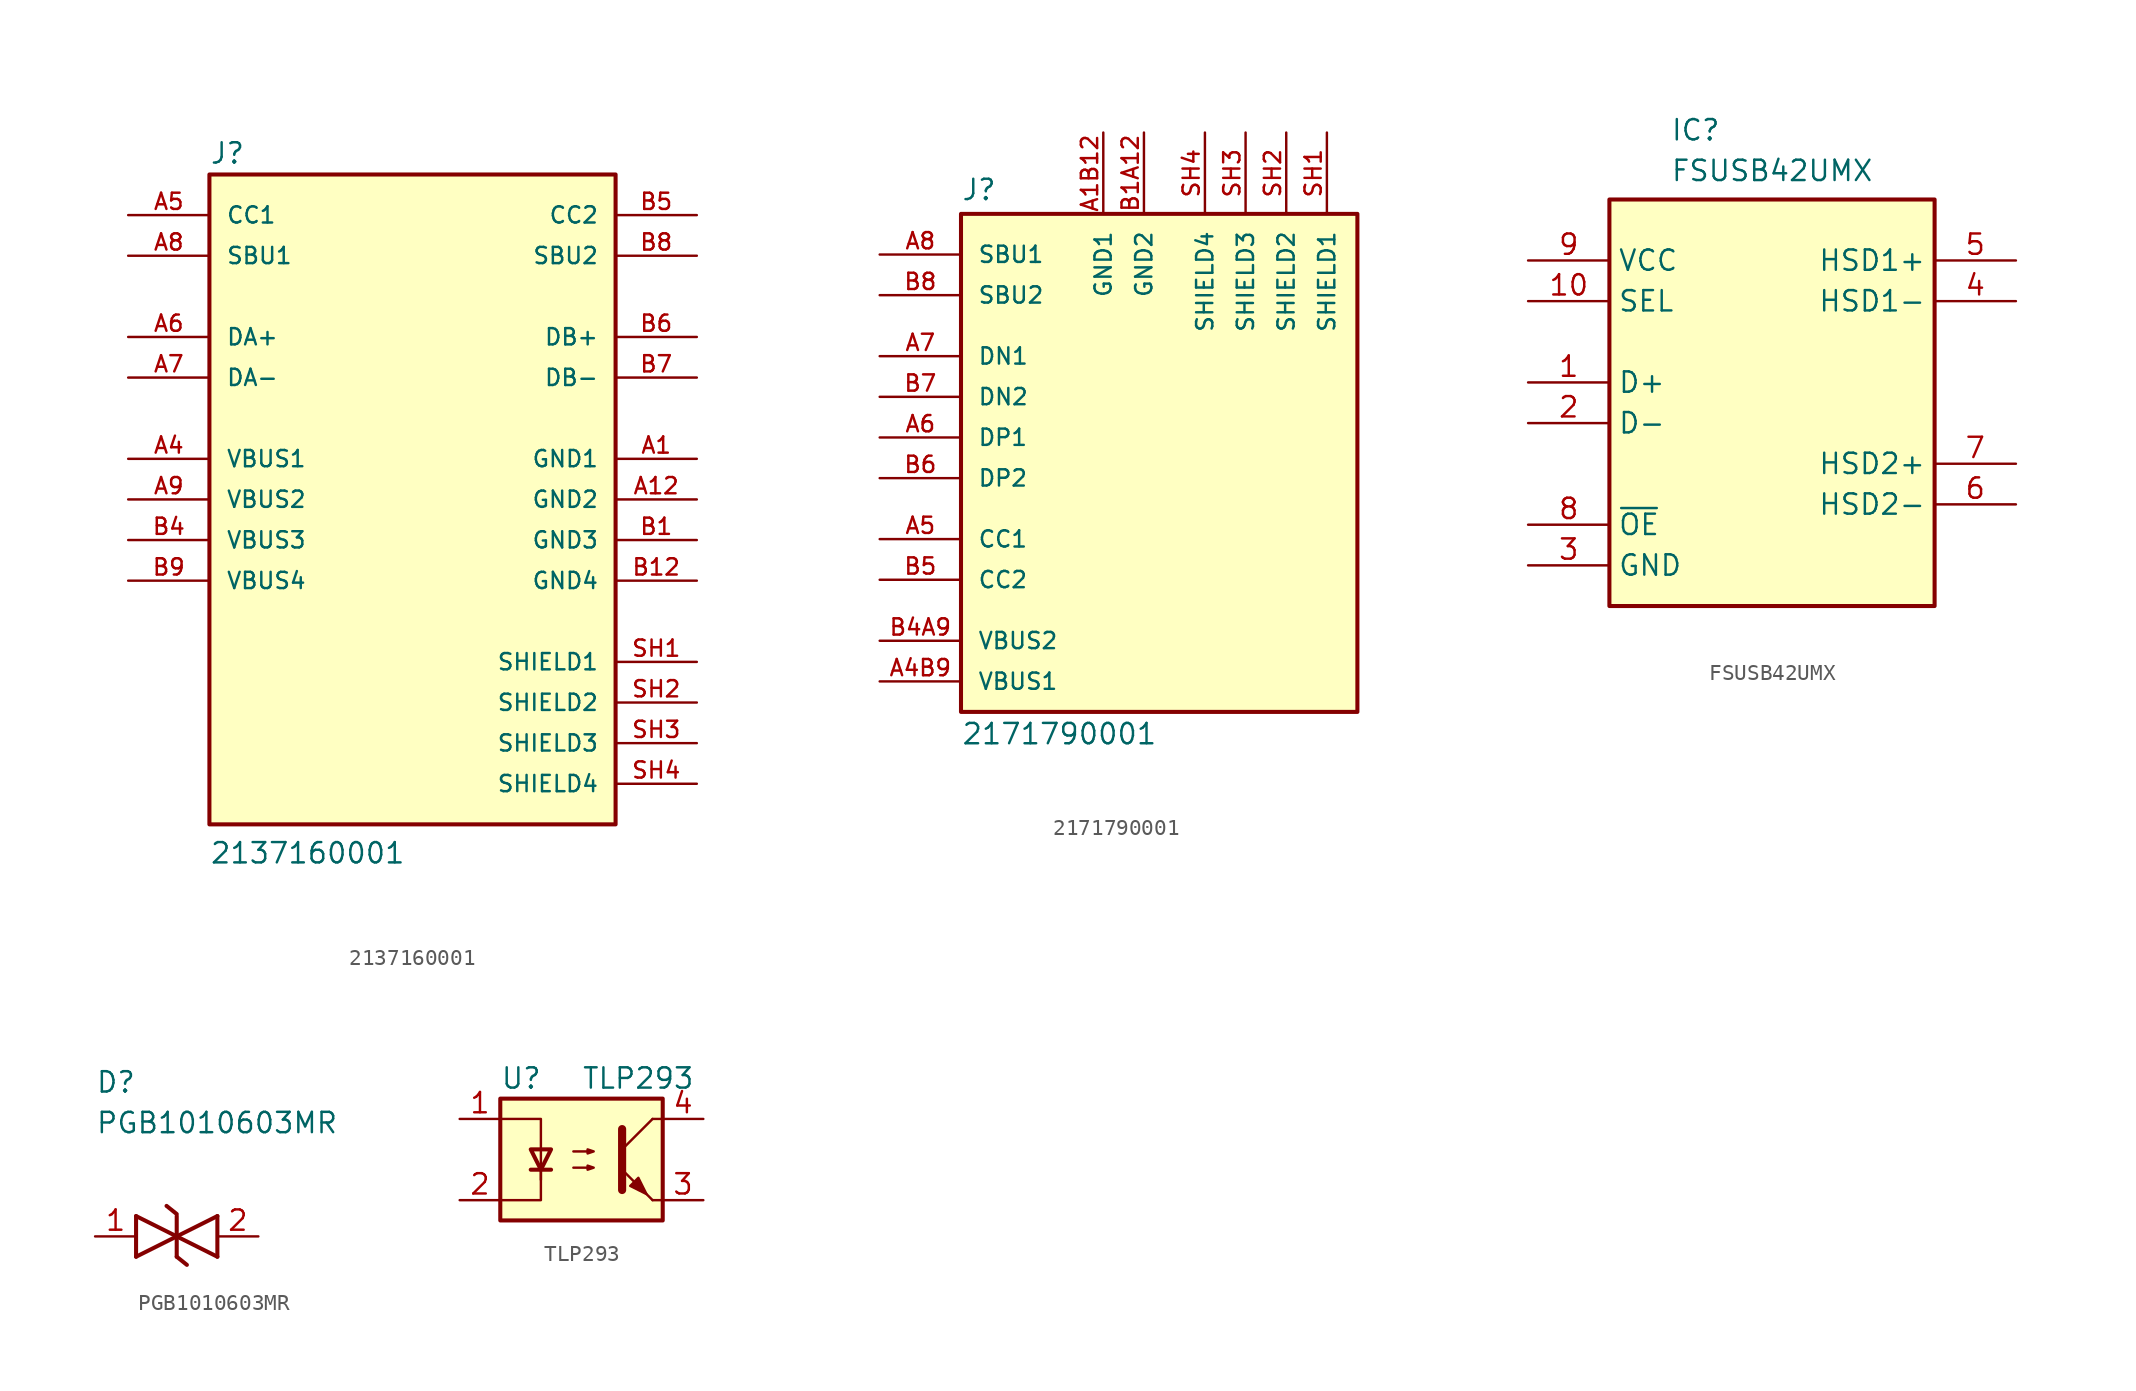
<source format=kicad_sym>
(kicad_symbol_lib
  (version 20220914)
  (generator kicad_symbol_editor)
  (symbol "2137160001"
    (pin_names
      (offset 1.016))
    (property "Reference" "J"
      (at -12.7 20.904 0)
      (effects (font (size 1.27 1.27)) (justify left bottom)))
    (property "Value" "2137160001"
      (at -12.7 -22.86 0)
      (effects (font (size 1.27 1.27)) (justify left bottom)))
    (symbol "2137160001_0_0"
      (rectangle (start -12.7 20.32) (end 12.7 -20.32) (stroke (width 0.254) (type default)) (fill (type background)))
      (pin power_in line (at 17.78 2.54 180) (length 5.08) (name "GND1" (effects (font (size 1.016 1.016)))) (number "A1" (effects (font (size 1.016 1.016)))))
      (pin power_in line (at 17.78 0 180) (length 5.08) (name "GND2" (effects (font (size 1.016 1.016)))) (number "A12" (effects (font (size 1.016 1.016)))))
      (pin power_in line (at -17.78 2.54 0) (length 5.08) (name "VBUS1" (effects (font (size 1.016 1.016)))) (number "A4" (effects (font (size 1.016 1.016)))))
      (pin bidirectional line (at -17.78 17.78 0) (length 5.08) (name "CC1" (effects (font (size 1.016 1.016)))) (number "A5" (effects (font (size 1.016 1.016)))))
      (pin bidirectional line (at -17.78 10.16 0) (length 5.08) (name "DA+" (effects (font (size 1.016 1.016)))) (number "A6" (effects (font (size 1.016 1.016)))))
      (pin bidirectional line (at -17.78 7.62 0) (length 5.08) (name "DA-" (effects (font (size 1.016 1.016)))) (number "A7" (effects (font (size 1.016 1.016)))))
      (pin bidirectional line (at -17.78 15.24 0) (length 5.08) (name "SBU1" (effects (font (size 1.016 1.016)))) (number "A8" (effects (font (size 1.016 1.016)))))
      (pin power_in line (at -17.78 0 0) (length 5.08) (name "VBUS2" (effects (font (size 1.016 1.016)))) (number "A9" (effects (font (size 1.016 1.016)))))
      (pin power_in line (at 17.78 -2.54 180) (length 5.08) (name "GND3" (effects (font (size 1.016 1.016)))) (number "B1" (effects (font (size 1.016 1.016)))))
      (pin power_in line (at 17.78 -5.08 180) (length 5.08) (name "GND4" (effects (font (size 1.016 1.016)))) (number "B12" (effects (font (size 1.016 1.016)))))
      (pin power_in line (at -17.78 -2.54 0) (length 5.08) (name "VBUS3" (effects (font (size 1.016 1.016)))) (number "B4" (effects (font (size 1.016 1.016)))))
      (pin bidirectional line (at 17.78 17.78 180) (length 5.08) (name "CC2" (effects (font (size 1.016 1.016)))) (number "B5" (effects (font (size 1.016 1.016)))))
      (pin bidirectional line (at 17.78 10.16 180) (length 5.08) (name "DB+" (effects (font (size 1.016 1.016)))) (number "B6" (effects (font (size 1.016 1.016)))))
      (pin bidirectional line (at 17.78 7.62 180) (length 5.08) (name "DB-" (effects (font (size 1.016 1.016)))) (number "B7" (effects (font (size 1.016 1.016)))))
      (pin bidirectional line (at 17.78 15.24 180) (length 5.08) (name "SBU2" (effects (font (size 1.016 1.016)))) (number "B8" (effects (font (size 1.016 1.016)))))
      (pin power_in line (at -17.78 -5.08 0) (length 5.08) (name "VBUS4" (effects (font (size 1.016 1.016)))) (number "B9" (effects (font (size 1.016 1.016)))))
      (pin passive line (at 17.78 -10.16 180) (length 5.08) (name "SHIELD1" (effects (font (size 1.016 1.016)))) (number "SH1" (effects (font (size 1.016 1.016)))))
      (pin passive line (at 17.78 -12.7 180) (length 5.08) (name "SHIELD2" (effects (font (size 1.016 1.016)))) (number "SH2" (effects (font (size 1.016 1.016)))))
      (pin passive line (at 17.78 -15.24 180) (length 5.08) (name "SHIELD3" (effects (font (size 1.016 1.016)))) (number "SH3" (effects (font (size 1.016 1.016)))))
      (pin passive line (at 17.78 -17.78 180) (length 5.08) (name "SHIELD4" (effects (font (size 1.016 1.016)))) (number "SH4" (effects (font (size 1.016 1.016)))))))
  (symbol "2171790001"
    (pin_names
      (offset 1.016))
    (property "Reference" "J"
      (at -12.7 16.002 0)
      (effects (font (size 1.27 1.27)) (justify left bottom)))
    (property "Value" "2171790001"
      (at -12.7 -16.51 0)
      (effects (font (size 1.27 1.27)) (justify left top)))
    (symbol "2171790001_0_0"
      (rectangle (start -12.7 15.24) (end 12.065 -15.875) (stroke (width 0.254) (type default)) (fill (type background)))
      (pin power_in line (at -3.81 20.32 270) (length 5.08) (name "GND1" (effects (font (size 1.016 1.016)))) (number "A1B12" (effects (font (size 1.016 1.016)))))
      (pin power_in line (at -17.78 -13.97 0) (length 5.08) (name "VBUS1" (effects (font (size 1.016 1.016)))) (number "A4B9" (effects (font (size 1.016 1.016)))))
      (pin bidirectional line (at -17.78 -5.08 0) (length 5.08) (name "CC1" (effects (font (size 1.016 1.016)))) (number "A5" (effects (font (size 1.016 1.016)))))
      (pin bidirectional line (at -17.78 1.27 0) (length 5.08) (name "DP1" (effects (font (size 1.016 1.016)))) (number "A6" (effects (font (size 1.016 1.016)))))
      (pin bidirectional line (at -17.78 6.35 0) (length 5.08) (name "DN1" (effects (font (size 1.016 1.016)))) (number "A7" (effects (font (size 1.016 1.016)))))
      (pin bidirectional line (at -17.78 12.7 0) (length 5.08) (name "SBU1" (effects (font (size 1.016 1.016)))) (number "A8" (effects (font (size 1.016 1.016)))))
      (pin power_in line (at -1.27 20.32 270) (length 5.08) (name "GND2" (effects (font (size 1.016 1.016)))) (number "B1A12" (effects (font (size 1.016 1.016)))))
      (pin power_in line (at -17.78 -11.43 0) (length 5.08) (name "VBUS2" (effects (font (size 1.016 1.016)))) (number "B4A9" (effects (font (size 1.016 1.016)))))
      (pin bidirectional line (at -17.78 -7.62 0) (length 5.08) (name "CC2" (effects (font (size 1.016 1.016)))) (number "B5" (effects (font (size 1.016 1.016)))))
      (pin bidirectional line (at -17.78 -1.27 0) (length 5.08) (name "DP2" (effects (font (size 1.016 1.016)))) (number "B6" (effects (font (size 1.016 1.016)))))
      (pin bidirectional line (at -17.78 3.81 0) (length 5.08) (name "DN2" (effects (font (size 1.016 1.016)))) (number "B7" (effects (font (size 1.016 1.016)))))
      (pin bidirectional line (at -17.78 10.16 0) (length 5.08) (name "SBU2" (effects (font (size 1.016 1.016)))) (number "B8" (effects (font (size 1.016 1.016)))))
      (pin passive line (at 10.16 20.32 270) (length 5.08) (name "SHIELD1" (effects (font (size 1.016 1.016)))) (number "SH1" (effects (font (size 1.016 1.016)))))
      (pin passive line (at 7.62 20.32 270) (length 5.08) (name "SHIELD2" (effects (font (size 1.016 1.016)))) (number "SH2" (effects (font (size 1.016 1.016)))))
      (pin passive line (at 5.08 20.32 270) (length 5.08) (name "SHIELD3" (effects (font (size 1.016 1.016)))) (number "SH3" (effects (font (size 1.016 1.016)))))
      (pin passive line (at 2.54 20.32 270) (length 5.08) (name "SHIELD4" (effects (font (size 1.016 1.016)))) (number "SH4" (effects (font (size 1.016 1.016)))))))
  (symbol "FSUSB42UMX"
    (property "Reference" "IC"
      (at -6.35 15.24 0)
      (effects (font (size 1.27 1.27)) (justify left top)))
    (property "Value" "FSUSB42UMX"
      (at -6.35 12.7 0)
      (effects (font (size 1.27 1.27)) (justify left top)))
    (symbol "FSUSB42UMX_1_1"
      (rectangle (start -10.16 10.16) (end 10.16 -15.24) (stroke (width 0.254) (type default)) (fill (type background)))
      (pin passive line (at -15.24 -1.27 0) (length 5.08) (name "D+" (effects (font (size 1.27 1.27)))) (number "1" (effects (font (size 1.27 1.27)))))
      (pin passive line (at -15.24 3.81 0) (length 5.08) (name "SEL" (effects (font (size 1.27 1.27)))) (number "10" (effects (font (size 1.27 1.27)))))
      (pin passive line (at -15.24 -3.81 0) (length 5.08) (name "D-" (effects (font (size 1.27 1.27)))) (number "2" (effects (font (size 1.27 1.27)))))
      (pin passive line (at -15.24 -12.7 0) (length 5.08) (name "GND" (effects (font (size 1.27 1.27)))) (number "3" (effects (font (size 1.27 1.27)))))
      (pin passive line (at 15.24 3.81 180) (length 5.08) (name "HSD1-" (effects (font (size 1.27 1.27)))) (number "4" (effects (font (size 1.27 1.27)))))
      (pin passive line (at 15.24 6.35 180) (length 5.08) (name "HSD1+" (effects (font (size 1.27 1.27)))) (number "5" (effects (font (size 1.27 1.27)))))
      (pin passive line (at 15.24 -8.89 180) (length 5.08) (name "HSD2-" (effects (font (size 1.27 1.27)))) (number "6" (effects (font (size 1.27 1.27)))))
      (pin passive line (at 15.24 -6.35 180) (length 5.08) (name "HSD2+" (effects (font (size 1.27 1.27)))) (number "7" (effects (font (size 1.27 1.27)))))
      (pin passive line (at -15.24 -10.16 0) (length 5.08) (name "~{OE}" (effects (font (size 1.27 1.27)))) (number "8" (effects (font (size 1.27 1.27)))))
      (pin passive line (at -15.24 6.35 0) (length 5.08) (name "VCC" (effects (font (size 1.27 1.27)))) (number "9" (effects (font (size 1.27 1.27)))))))
  (symbol "PGB1010603MR"
    (pin_names hide)
    (property "Reference" "D"
      (at 2.54 8.89 0)
      (effects (font (size 1.27 1.27)) (justify left bottom)))
    (property "Value" "PGB1010603MR"
      (at 2.54 6.35 0)
      (effects (font (size 1.27 1.27)) (justify left bottom)))
    (symbol "PGB1010603MR_1_1"
      (polyline (pts (xy 5.08 1.27) (xy 5.08 -1.27)) (stroke (width 0.254) (type default)) (fill (type none)))
      (polyline (pts (xy 5.08 1.27) (xy 7.62 0)) (stroke (width 0.254) (type default)) (fill (type none)))
      (polyline (pts (xy 6.985 1.905) (xy 7.62 1.397)) (stroke (width 0.254) (type default)) (fill (type none)))
      (polyline (pts (xy 7.62 -1.27) (xy 7.62 1.27)) (stroke (width 0.254) (type default)) (fill (type none)))
      (polyline (pts (xy 7.62 -1.27) (xy 8.255 -1.778)) (stroke (width 0.254) (type default)) (fill (type none)))
      (polyline (pts (xy 7.62 0) (xy 5.08 -1.27)) (stroke (width 0.254) (type default)) (fill (type none)))
      (polyline (pts (xy 7.62 0) (xy 10.16 -1.27)) (stroke (width 0.254) (type default)) (fill (type none)))
      (polyline (pts (xy 10.16 1.27) (xy 7.62 0)) (stroke (width 0.254) (type default)) (fill (type none)))
      (polyline (pts (xy 10.16 1.27) (xy 10.16 -1.27)) (stroke (width 0.254) (type default)) (fill (type none)))
      (pin passive line (at 2.52 0 0) (length 2.56) (name "1" (effects (font (size 1.27 1.27)))) (number "1" (effects (font (size 1.27 1.27)))))
      (pin passive line (at 12.72 0 180) (length 2.56) (name "2" (effects (font (size 1.27 1.27)))) (number "2" (effects (font (size 1.27 1.27)))))))
  (symbol "TLP293"
    (property "Reference" "U"
      (at -5.08 5.08 0)
      (effects (font (size 1.27 1.27)) (justify left)))
    (property "Value" "TLP293"
      (at 0 5.08 0)
      (effects (font (size 1.27 1.27)) (justify left)))
    (symbol "TLP293_0_1"
      (rectangle (start -5.08 3.81) (end 5.08 -3.81) (stroke (width 0.254) (type default)) (fill (type background)))
      (polyline (pts (xy -3.175 -0.635) (xy -1.905 -0.635)) (stroke (width 0.254) (type default)) (fill (type none)))
      (polyline (pts (xy 2.54 0.635) (xy 4.445 2.54)) (stroke (width 0) (type default)) (fill (type none)))
      (polyline (pts (xy 4.445 -2.54) (xy 2.54 -0.635)) (stroke (width 0) (type default)) (fill (type outline)))
      (polyline (pts (xy 4.445 -2.54) (xy 5.08 -2.54)) (stroke (width 0) (type default)) (fill (type none)))
      (polyline (pts (xy 4.445 2.54) (xy 5.08 2.54)) (stroke (width 0) (type default)) (fill (type none)))
      (polyline (pts (xy -2.54 -0.635) (xy -2.54 -2.54) (xy -5.08 -2.54)) (stroke (width 0) (type default)) (fill (type none)))
      (polyline (pts (xy 2.54 1.905) (xy 2.54 -1.905) (xy 2.54 -1.905)) (stroke (width 0.508) (type default)) (fill (type none)))
      (polyline (pts (xy -5.08 2.54) (xy -2.54 2.54) (xy -2.54 -1.27) (xy -2.54 0.635)) (stroke (width 0) (type default)) (fill (type none)))
      (polyline (pts (xy -2.54 -0.635) (xy -3.175 0.635) (xy -1.905 0.635) (xy -2.54 -0.635)) (stroke (width 0.254) (type default)) (fill (type none)))
      (polyline (pts (xy -0.508 -0.508) (xy 0.762 -0.508) (xy 0.381 -0.635) (xy 0.381 -0.381) (xy 0.762 -0.508)) (stroke (width 0) (type default)) (fill (type none)))
      (polyline (pts (xy -0.508 0.508) (xy 0.762 0.508) (xy 0.381 0.381) (xy 0.381 0.635) (xy 0.762 0.508)) (stroke (width 0) (type default)) (fill (type none)))
      (polyline (pts (xy 3.048 -1.651) (xy 3.556 -1.143) (xy 4.064 -2.159) (xy 3.048 -1.651) (xy 3.048 -1.651)) (stroke (width 0) (type default)) (fill (type outline))))
    (symbol "TLP293_1_1"
      (pin passive line (at -7.62 2.54 0) (length 2.54) (name "~" (effects (font (size 1.27 1.27)))) (number "1" (effects (font (size 1.27 1.27)))))
      (pin passive line (at -7.62 -2.54 0) (length 2.54) (name "~" (effects (font (size 1.27 1.27)))) (number "2" (effects (font (size 1.27 1.27)))))
      (pin passive line (at 7.62 -2.54 180) (length 2.54) (name "~" (effects (font (size 1.27 1.27)))) (number "3" (effects (font (size 1.27 1.27)))))
      (pin passive line (at 7.62 2.54 180) (length 2.54) (name "~" (effects (font (size 1.27 1.27)))) (number "4" (effects (font (size 1.27 1.27))))))))
</source>
